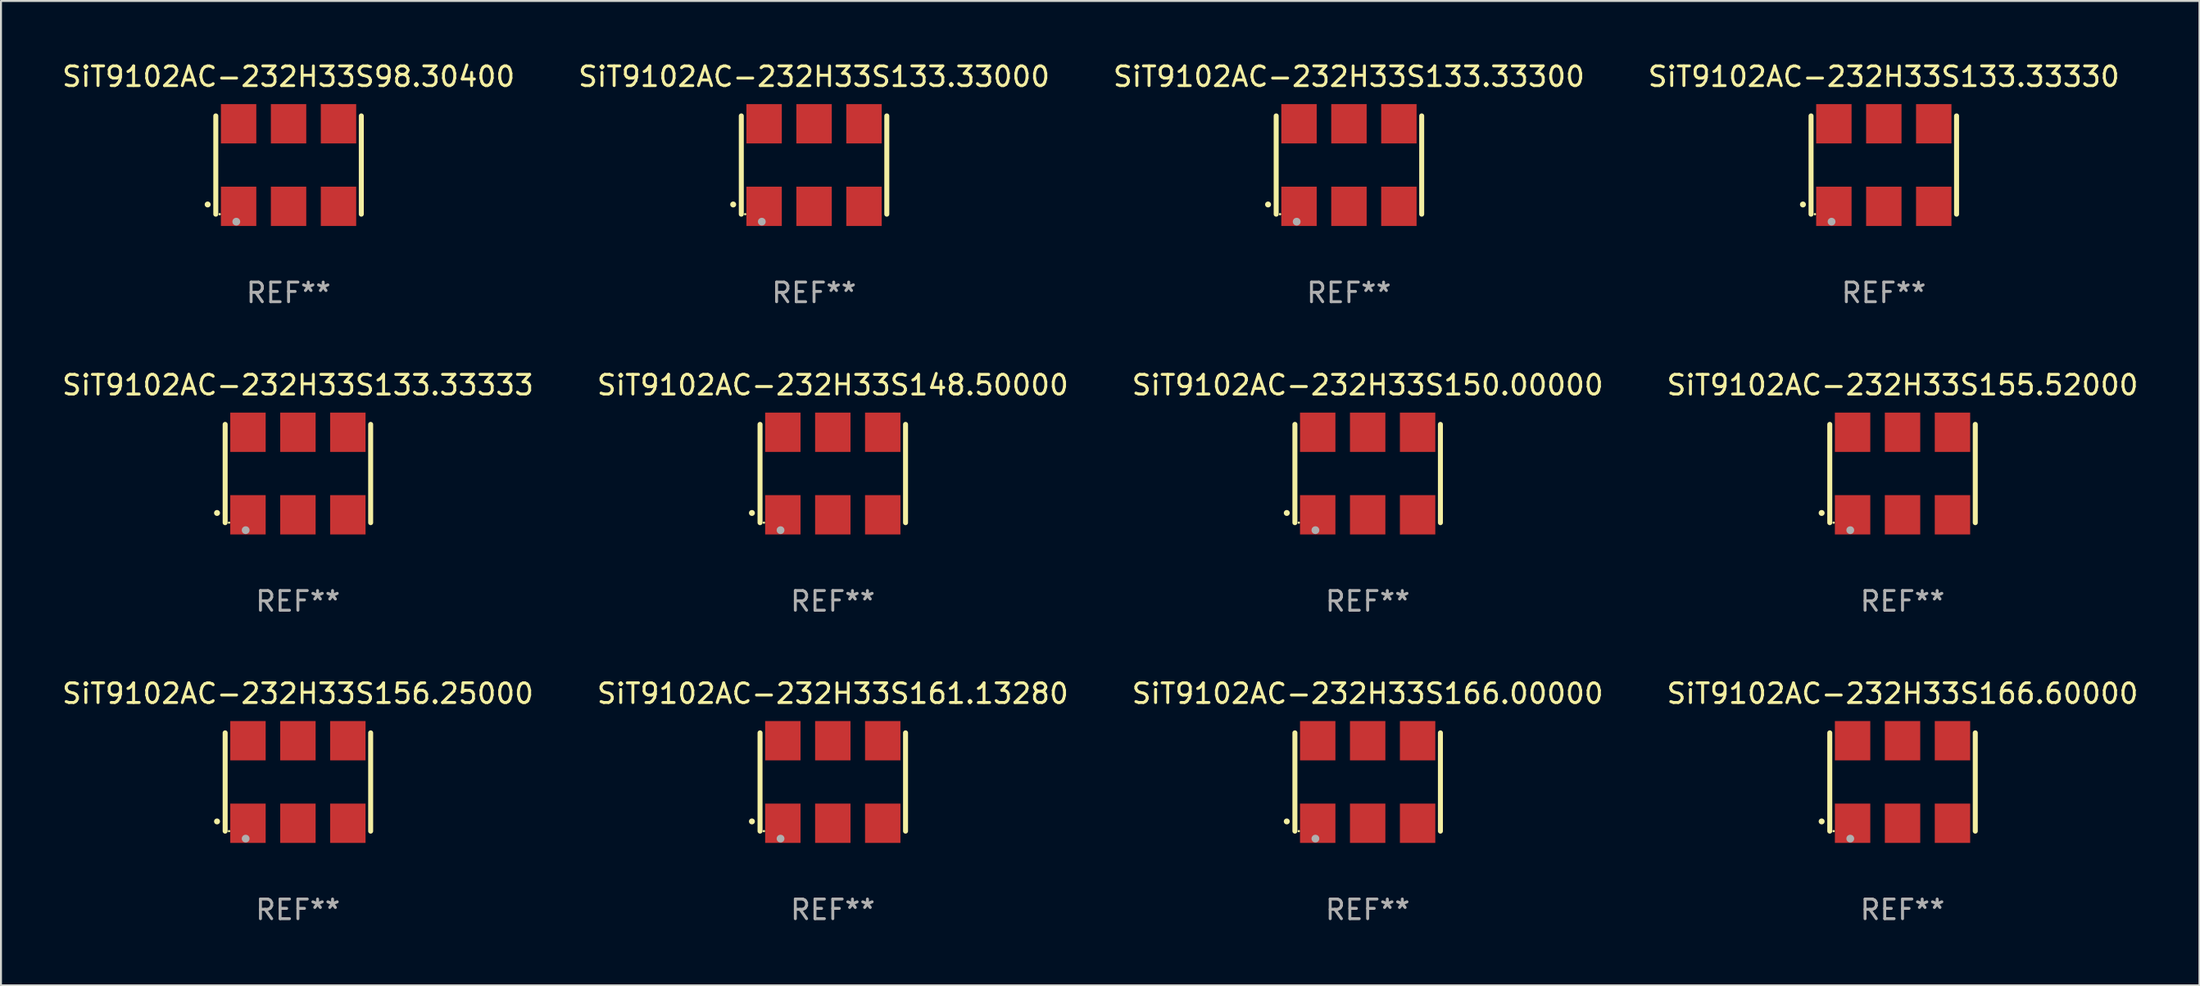
<source format=kicad_pcb>
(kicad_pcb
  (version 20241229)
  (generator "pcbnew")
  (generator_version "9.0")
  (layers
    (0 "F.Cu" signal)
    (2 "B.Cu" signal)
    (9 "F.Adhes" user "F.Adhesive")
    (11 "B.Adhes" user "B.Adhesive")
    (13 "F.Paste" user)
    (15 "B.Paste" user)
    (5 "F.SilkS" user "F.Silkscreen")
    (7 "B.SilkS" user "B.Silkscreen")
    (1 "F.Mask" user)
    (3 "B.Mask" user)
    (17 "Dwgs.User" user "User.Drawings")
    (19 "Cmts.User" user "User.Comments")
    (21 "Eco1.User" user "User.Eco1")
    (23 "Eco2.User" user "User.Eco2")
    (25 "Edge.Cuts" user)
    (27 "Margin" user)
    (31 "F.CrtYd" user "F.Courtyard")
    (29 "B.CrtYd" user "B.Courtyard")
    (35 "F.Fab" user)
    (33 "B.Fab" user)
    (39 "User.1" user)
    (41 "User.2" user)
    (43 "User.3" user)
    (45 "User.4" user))
  (footprint "SiT9102AC-232H33S133.33333"
    (layer "F.Cu")
    (at 12.101 21.045)
    (property "Reference" "SiT9102AC-232H33S133.33333" (at 0 -4.5 0) (layer "F.SilkS") (effects (font (size 1 1) (thickness 0.15))))
    (attr through_hole)
    (fp_line (start -3.7 -2.5) (end -3.7 2.5) (stroke (width 0.254) (type solid)) (layer "F.SilkS"))
    (fp_line (start 3.7 -2.5) (end 3.7 2.5) (stroke (width 0.254) (type solid)) (layer "F.SilkS"))
    (fp_arc (start -4.114415 2.006604) (mid -4.113145 2.006599) (end -4.111875 2.006604) (stroke (width 0.3) (type solid)) (layer "F.SilkS"))
    (fp_circle (center -3.502 2.5) (end -3.472 2.5) (stroke (width 0.06) (type solid)) (fill no) (layer "F.SilkS"))
    (fp_circle (center -2.657 2.882) (end -2.557 2.882) (stroke (width 0.2) (type solid)) (fill no) (layer "F.Fab"))
    (fp_text user "REF**" (at 0 6.5 0) (layer "F.Fab") (effects (font (size 1 1) (thickness 0.15))))
    (pad "1" smd rect (at -2.54 2.1) (size 1.8 2) (layers "F.Cu" "F.Mask" "F.Paste"))
    (pad "2" smd rect (at 0.000394 2.1) (size 1.8 2) (layers "F.Cu" "F.Mask" "F.Paste"))
    (pad "3" smd rect (at 2.54 2.1) (size 1.8 2) (layers "F.Cu" "F.Mask" "F.Paste"))
    (pad "4" smd rect (at 2.54 -2.1) (size 1.8 2) (layers "F.Cu" "F.Mask" "F.Paste"))
    (pad "5" smd rect (at 0.000394 -2.1) (size 1.8 2) (layers "F.Cu" "F.Mask" "F.Paste"))
    (pad "6" smd rect (at -2.54 -2.1) (size 1.8 2) (layers "F.Cu" "F.Mask" "F.Paste")))
  (footprint "SiT9102AC-232H33S161.13280"
    (layer "F.Cu")
    (at 39.304 36.741)
    (property "Reference" "SiT9102AC-232H33S161.13280" (at 0 -4.5 0) (layer "F.SilkS") (effects (font (size 1 1) (thickness 0.15))))
    (attr through_hole)
    (fp_line (start -3.7 -2.5) (end -3.7 2.5) (stroke (width 0.254) (type solid)) (layer "F.SilkS"))
    (fp_line (start 3.7 -2.5) (end 3.7 2.5) (stroke (width 0.254) (type solid)) (layer "F.SilkS"))
    (fp_arc (start -4.114415 2.006604) (mid -4.113145 2.006599) (end -4.111875 2.006604) (stroke (width 0.3) (type solid)) (layer "F.SilkS"))
    (fp_circle (center -3.502 2.5) (end -3.472 2.5) (stroke (width 0.06) (type solid)) (fill no) (layer "F.SilkS"))
    (fp_circle (center -2.657 2.882) (end -2.557 2.882) (stroke (width 0.2) (type solid)) (fill no) (layer "F.Fab"))
    (fp_text user "REF**" (at 0 6.5 0) (layer "F.Fab") (effects (font (size 1 1) (thickness 0.15))))
    (pad "1" smd rect (at -2.54 2.1) (size 1.8 2) (layers "F.Cu" "F.Mask" "F.Paste"))
    (pad "2" smd rect (at 0.000394 2.1) (size 1.8 2) (layers "F.Cu" "F.Mask" "F.Paste"))
    (pad "3" smd rect (at 2.54 2.1) (size 1.8 2) (layers "F.Cu" "F.Mask" "F.Paste"))
    (pad "4" smd rect (at 2.54 -2.1) (size 1.8 2) (layers "F.Cu" "F.Mask" "F.Paste"))
    (pad "5" smd rect (at 0.000394 -2.1) (size 1.8 2) (layers "F.Cu" "F.Mask" "F.Paste"))
    (pad "6" smd rect (at -2.54 -2.1) (size 1.8 2) (layers "F.Cu" "F.Mask" "F.Paste")))
  (footprint "SiT9102AC-232H33S133.33000"
    (layer "F.Cu")
    (at 38.351 5.348)
    (property "Reference" "SiT9102AC-232H33S133.33000" (at 0 -4.5 0) (layer "F.SilkS") (effects (font (size 1 1) (thickness 0.15))))
    (attr through_hole)
    (fp_line (start -3.7 -2.5) (end -3.7 2.5) (stroke (width 0.254) (type solid)) (layer "F.SilkS"))
    (fp_line (start 3.7 -2.5) (end 3.7 2.5) (stroke (width 0.254) (type solid)) (layer "F.SilkS"))
    (fp_arc (start -4.114415 2.006604) (mid -4.113145 2.006599) (end -4.111875 2.006604) (stroke (width 0.3) (type solid)) (layer "F.SilkS"))
    (fp_circle (center -3.502 2.5) (end -3.472 2.5) (stroke (width 0.06) (type solid)) (fill no) (layer "F.SilkS"))
    (fp_circle (center -2.657 2.882) (end -2.557 2.882) (stroke (width 0.2) (type solid)) (fill no) (layer "F.Fab"))
    (fp_text user "REF**" (at 0 6.5 0) (layer "F.Fab") (effects (font (size 1 1) (thickness 0.15))))
    (pad "1" smd rect (at -2.54 2.1) (size 1.8 2) (layers "F.Cu" "F.Mask" "F.Paste"))
    (pad "2" smd rect (at 0.000394 2.1) (size 1.8 2) (layers "F.Cu" "F.Mask" "F.Paste"))
    (pad "3" smd rect (at 2.54 2.1) (size 1.8 2) (layers "F.Cu" "F.Mask" "F.Paste"))
    (pad "4" smd rect (at 2.54 -2.1) (size 1.8 2) (layers "F.Cu" "F.Mask" "F.Paste"))
    (pad "5" smd rect (at 0.000394 -2.1) (size 1.8 2) (layers "F.Cu" "F.Mask" "F.Paste"))
    (pad "6" smd rect (at -2.54 -2.1) (size 1.8 2) (layers "F.Cu" "F.Mask" "F.Paste")))
  (footprint "SiT9102AC-232H33S98.30400"
    (layer "F.Cu")
    (at 11.625 5.348)
    (property "Reference" "SiT9102AC-232H33S98.30400" (at 0 -4.5 0) (layer "F.SilkS") (effects (font (size 1 1) (thickness 0.15))))
    (attr through_hole)
    (fp_line (start -3.7 -2.5) (end -3.7 2.5) (stroke (width 0.254) (type solid)) (layer "F.SilkS"))
    (fp_line (start 3.7 -2.5) (end 3.7 2.5) (stroke (width 0.254) (type solid)) (layer "F.SilkS"))
    (fp_arc (start -4.114415 2.006604) (mid -4.113145 2.006599) (end -4.111875 2.006604) (stroke (width 0.3) (type solid)) (layer "F.SilkS"))
    (fp_circle (center -3.502 2.5) (end -3.472 2.5) (stroke (width 0.06) (type solid)) (fill no) (layer "F.SilkS"))
    (fp_circle (center -2.657 2.882) (end -2.557 2.882) (stroke (width 0.2) (type solid)) (fill no) (layer "F.Fab"))
    (fp_text user "REF**" (at 0 6.5 0) (layer "F.Fab") (effects (font (size 1 1) (thickness 0.15))))
    (pad "1" smd rect (at -2.54 2.1) (size 1.8 2) (layers "F.Cu" "F.Mask" "F.Paste"))
    (pad "2" smd rect (at 0.000394 2.1) (size 1.8 2) (layers "F.Cu" "F.Mask" "F.Paste"))
    (pad "3" smd rect (at 2.54 2.1) (size 1.8 2) (layers "F.Cu" "F.Mask" "F.Paste"))
    (pad "4" smd rect (at 2.54 -2.1) (size 1.8 2) (layers "F.Cu" "F.Mask" "F.Paste"))
    (pad "5" smd rect (at 0.000394 -2.1) (size 1.8 2) (layers "F.Cu" "F.Mask" "F.Paste"))
    (pad "6" smd rect (at -2.54 -2.1) (size 1.8 2) (layers "F.Cu" "F.Mask" "F.Paste")))
  (footprint "SiT9102AC-232H33S166.00000"
    (layer "F.Cu")
    (at 66.506 36.741)
    (property "Reference" "SiT9102AC-232H33S166.00000" (at 0 -4.5 0) (layer "F.SilkS") (effects (font (size 1 1) (thickness 0.15))))
    (attr through_hole)
    (fp_line (start -3.7 -2.5) (end -3.7 2.5) (stroke (width 0.254) (type solid)) (layer "F.SilkS"))
    (fp_line (start 3.7 -2.5) (end 3.7 2.5) (stroke (width 0.254) (type solid)) (layer "F.SilkS"))
    (fp_arc (start -4.114415 2.006604) (mid -4.113145 2.006599) (end -4.111875 2.006604) (stroke (width 0.3) (type solid)) (layer "F.SilkS"))
    (fp_circle (center -3.502 2.5) (end -3.472 2.5) (stroke (width 0.06) (type solid)) (fill no) (layer "F.SilkS"))
    (fp_circle (center -2.657 2.882) (end -2.557 2.882) (stroke (width 0.2) (type solid)) (fill no) (layer "F.Fab"))
    (fp_text user "REF**" (at 0 6.5 0) (layer "F.Fab") (effects (font (size 1 1) (thickness 0.15))))
    (pad "1" smd rect (at -2.54 2.1) (size 1.8 2) (layers "F.Cu" "F.Mask" "F.Paste"))
    (pad "2" smd rect (at 0.000394 2.1) (size 1.8 2) (layers "F.Cu" "F.Mask" "F.Paste"))
    (pad "3" smd rect (at 2.54 2.1) (size 1.8 2) (layers "F.Cu" "F.Mask" "F.Paste"))
    (pad "4" smd rect (at 2.54 -2.1) (size 1.8 2) (layers "F.Cu" "F.Mask" "F.Paste"))
    (pad "5" smd rect (at 0.000394 -2.1) (size 1.8 2) (layers "F.Cu" "F.Mask" "F.Paste"))
    (pad "6" smd rect (at -2.54 -2.1) (size 1.8 2) (layers "F.Cu" "F.Mask" "F.Paste")))
  (footprint "SiT9102AC-232H33S166.60000"
    (layer "F.Cu")
    (at 93.708 36.741)
    (property "Reference" "SiT9102AC-232H33S166.60000" (at 0 -4.5 0) (layer "F.SilkS") (effects (font (size 1 1) (thickness 0.15))))
    (attr through_hole)
    (fp_line (start -3.7 -2.5) (end -3.7 2.5) (stroke (width 0.254) (type solid)) (layer "F.SilkS"))
    (fp_line (start 3.7 -2.5) (end 3.7 2.5) (stroke (width 0.254) (type solid)) (layer "F.SilkS"))
    (fp_arc (start -4.114415 2.006604) (mid -4.113145 2.006599) (end -4.111875 2.006604) (stroke (width 0.3) (type solid)) (layer "F.SilkS"))
    (fp_circle (center -3.502 2.5) (end -3.472 2.5) (stroke (width 0.06) (type solid)) (fill no) (layer "F.SilkS"))
    (fp_circle (center -2.657 2.882) (end -2.557 2.882) (stroke (width 0.2) (type solid)) (fill no) (layer "F.Fab"))
    (fp_text user "REF**" (at 0 6.5 0) (layer "F.Fab") (effects (font (size 1 1) (thickness 0.15))))
    (pad "1" smd rect (at -2.54 2.1) (size 1.8 2) (layers "F.Cu" "F.Mask" "F.Paste"))
    (pad "2" smd rect (at 0.000394 2.1) (size 1.8 2) (layers "F.Cu" "F.Mask" "F.Paste"))
    (pad "3" smd rect (at 2.54 2.1) (size 1.8 2) (layers "F.Cu" "F.Mask" "F.Paste"))
    (pad "4" smd rect (at 2.54 -2.1) (size 1.8 2) (layers "F.Cu" "F.Mask" "F.Paste"))
    (pad "5" smd rect (at 0.000394 -2.1) (size 1.8 2) (layers "F.Cu" "F.Mask" "F.Paste"))
    (pad "6" smd rect (at -2.54 -2.1) (size 1.8 2) (layers "F.Cu" "F.Mask" "F.Paste")))
  (footprint "SiT9102AC-232H33S156.25000"
    (layer "F.Cu")
    (at 12.101 36.741)
    (property "Reference" "SiT9102AC-232H33S156.25000" (at 0 -4.5 0) (layer "F.SilkS") (effects (font (size 1 1) (thickness 0.15))))
    (attr through_hole)
    (fp_line (start -3.7 -2.5) (end -3.7 2.5) (stroke (width 0.254) (type solid)) (layer "F.SilkS"))
    (fp_line (start 3.7 -2.5) (end 3.7 2.5) (stroke (width 0.254) (type solid)) (layer "F.SilkS"))
    (fp_arc (start -4.114415 2.006604) (mid -4.113145 2.006599) (end -4.111875 2.006604) (stroke (width 0.3) (type solid)) (layer "F.SilkS"))
    (fp_circle (center -3.502 2.5) (end -3.472 2.5) (stroke (width 0.06) (type solid)) (fill no) (layer "F.SilkS"))
    (fp_circle (center -2.657 2.882) (end -2.557 2.882) (stroke (width 0.2) (type solid)) (fill no) (layer "F.Fab"))
    (fp_text user "REF**" (at 0 6.5 0) (layer "F.Fab") (effects (font (size 1 1) (thickness 0.15))))
    (pad "1" smd rect (at -2.54 2.1) (size 1.8 2) (layers "F.Cu" "F.Mask" "F.Paste"))
    (pad "2" smd rect (at 0.000394 2.1) (size 1.8 2) (layers "F.Cu" "F.Mask" "F.Paste"))
    (pad "3" smd rect (at 2.54 2.1) (size 1.8 2) (layers "F.Cu" "F.Mask" "F.Paste"))
    (pad "4" smd rect (at 2.54 -2.1) (size 1.8 2) (layers "F.Cu" "F.Mask" "F.Paste"))
    (pad "5" smd rect (at 0.000394 -2.1) (size 1.8 2) (layers "F.Cu" "F.Mask" "F.Paste"))
    (pad "6" smd rect (at -2.54 -2.1) (size 1.8 2) (layers "F.Cu" "F.Mask" "F.Paste")))
  (footprint "SiT9102AC-232H33S155.52000"
    (layer "F.Cu")
    (at 93.708 21.045)
    (property "Reference" "SiT9102AC-232H33S155.52000" (at 0 -4.5 0) (layer "F.SilkS") (effects (font (size 1 1) (thickness 0.15))))
    (attr through_hole)
    (fp_line (start -3.7 -2.5) (end -3.7 2.5) (stroke (width 0.254) (type solid)) (layer "F.SilkS"))
    (fp_line (start 3.7 -2.5) (end 3.7 2.5) (stroke (width 0.254) (type solid)) (layer "F.SilkS"))
    (fp_arc (start -4.114415 2.006604) (mid -4.113145 2.006599) (end -4.111875 2.006604) (stroke (width 0.3) (type solid)) (layer "F.SilkS"))
    (fp_circle (center -3.502 2.5) (end -3.472 2.5) (stroke (width 0.06) (type solid)) (fill no) (layer "F.SilkS"))
    (fp_circle (center -2.657 2.882) (end -2.557 2.882) (stroke (width 0.2) (type solid)) (fill no) (layer "F.Fab"))
    (fp_text user "REF**" (at 0 6.5 0) (layer "F.Fab") (effects (font (size 1 1) (thickness 0.15))))
    (pad "1" smd rect (at -2.54 2.1) (size 1.8 2) (layers "F.Cu" "F.Mask" "F.Paste"))
    (pad "2" smd rect (at 0.000394 2.1) (size 1.8 2) (layers "F.Cu" "F.Mask" "F.Paste"))
    (pad "3" smd rect (at 2.54 2.1) (size 1.8 2) (layers "F.Cu" "F.Mask" "F.Paste"))
    (pad "4" smd rect (at 2.54 -2.1) (size 1.8 2) (layers "F.Cu" "F.Mask" "F.Paste"))
    (pad "5" smd rect (at 0.000394 -2.1) (size 1.8 2) (layers "F.Cu" "F.Mask" "F.Paste"))
    (pad "6" smd rect (at -2.54 -2.1) (size 1.8 2) (layers "F.Cu" "F.Mask" "F.Paste")))
  (footprint "SiT9102AC-232H33S133.33330"
    (layer "F.Cu")
    (at 92.756 5.348)
    (property "Reference" "SiT9102AC-232H33S133.33330" (at 0 -4.5 0) (layer "F.SilkS") (effects (font (size 1 1) (thickness 0.15))))
    (attr through_hole)
    (fp_line (start -3.7 -2.5) (end -3.7 2.5) (stroke (width 0.254) (type solid)) (layer "F.SilkS"))
    (fp_line (start 3.7 -2.5) (end 3.7 2.5) (stroke (width 0.254) (type solid)) (layer "F.SilkS"))
    (fp_arc (start -4.114415 2.006604) (mid -4.113145 2.006599) (end -4.111875 2.006604) (stroke (width 0.3) (type solid)) (layer "F.SilkS"))
    (fp_circle (center -3.502 2.5) (end -3.472 2.5) (stroke (width 0.06) (type solid)) (fill no) (layer "F.SilkS"))
    (fp_circle (center -2.657 2.882) (end -2.557 2.882) (stroke (width 0.2) (type solid)) (fill no) (layer "F.Fab"))
    (fp_text user "REF**" (at 0 6.5 0) (layer "F.Fab") (effects (font (size 1 1) (thickness 0.15))))
    (pad "1" smd rect (at -2.54 2.1) (size 1.8 2) (layers "F.Cu" "F.Mask" "F.Paste"))
    (pad "2" smd rect (at 0.000394 2.1) (size 1.8 2) (layers "F.Cu" "F.Mask" "F.Paste"))
    (pad "3" smd rect (at 2.54 2.1) (size 1.8 2) (layers "F.Cu" "F.Mask" "F.Paste"))
    (pad "4" smd rect (at 2.54 -2.1) (size 1.8 2) (layers "F.Cu" "F.Mask" "F.Paste"))
    (pad "5" smd rect (at 0.000394 -2.1) (size 1.8 2) (layers "F.Cu" "F.Mask" "F.Paste"))
    (pad "6" smd rect (at -2.54 -2.1) (size 1.8 2) (layers "F.Cu" "F.Mask" "F.Paste")))
  (footprint "SiT9102AC-232H33S133.33300"
    (layer "F.Cu")
    (at 65.554 5.348)
    (property "Reference" "SiT9102AC-232H33S133.33300" (at 0 -4.5 0) (layer "F.SilkS") (effects (font (size 1 1) (thickness 0.15))))
    (attr through_hole)
    (fp_line (start -3.7 -2.5) (end -3.7 2.5) (stroke (width 0.254) (type solid)) (layer "F.SilkS"))
    (fp_line (start 3.7 -2.5) (end 3.7 2.5) (stroke (width 0.254) (type solid)) (layer "F.SilkS"))
    (fp_arc (start -4.114415 2.006604) (mid -4.113145 2.006599) (end -4.111875 2.006604) (stroke (width 0.3) (type solid)) (layer "F.SilkS"))
    (fp_circle (center -3.502 2.5) (end -3.472 2.5) (stroke (width 0.06) (type solid)) (fill no) (layer "F.SilkS"))
    (fp_circle (center -2.657 2.882) (end -2.557 2.882) (stroke (width 0.2) (type solid)) (fill no) (layer "F.Fab"))
    (fp_text user "REF**" (at 0 6.5 0) (layer "F.Fab") (effects (font (size 1 1) (thickness 0.15))))
    (pad "1" smd rect (at -2.54 2.1) (size 1.8 2) (layers "F.Cu" "F.Mask" "F.Paste"))
    (pad "2" smd rect (at 0.000394 2.1) (size 1.8 2) (layers "F.Cu" "F.Mask" "F.Paste"))
    (pad "3" smd rect (at 2.54 2.1) (size 1.8 2) (layers "F.Cu" "F.Mask" "F.Paste"))
    (pad "4" smd rect (at 2.54 -2.1) (size 1.8 2) (layers "F.Cu" "F.Mask" "F.Paste"))
    (pad "5" smd rect (at 0.000394 -2.1) (size 1.8 2) (layers "F.Cu" "F.Mask" "F.Paste"))
    (pad "6" smd rect (at -2.54 -2.1) (size 1.8 2) (layers "F.Cu" "F.Mask" "F.Paste")))
  (footprint "SiT9102AC-232H33S150.00000"
    (layer "F.Cu")
    (at 66.506 21.045)
    (property "Reference" "SiT9102AC-232H33S150.00000" (at 0 -4.5 0) (layer "F.SilkS") (effects (font (size 1 1) (thickness 0.15))))
    (attr through_hole)
    (fp_line (start -3.7 -2.5) (end -3.7 2.5) (stroke (width 0.254) (type solid)) (layer "F.SilkS"))
    (fp_line (start 3.7 -2.5) (end 3.7 2.5) (stroke (width 0.254) (type solid)) (layer "F.SilkS"))
    (fp_arc (start -4.114415 2.006604) (mid -4.113145 2.006599) (end -4.111875 2.006604) (stroke (width 0.3) (type solid)) (layer "F.SilkS"))
    (fp_circle (center -3.502 2.5) (end -3.472 2.5) (stroke (width 0.06) (type solid)) (fill no) (layer "F.SilkS"))
    (fp_circle (center -2.657 2.882) (end -2.557 2.882) (stroke (width 0.2) (type solid)) (fill no) (layer "F.Fab"))
    (fp_text user "REF**" (at 0 6.5 0) (layer "F.Fab") (effects (font (size 1 1) (thickness 0.15))))
    (pad "1" smd rect (at -2.54 2.1) (size 1.8 2) (layers "F.Cu" "F.Mask" "F.Paste"))
    (pad "2" smd rect (at 0.000394 2.1) (size 1.8 2) (layers "F.Cu" "F.Mask" "F.Paste"))
    (pad "3" smd rect (at 2.54 2.1) (size 1.8 2) (layers "F.Cu" "F.Mask" "F.Paste"))
    (pad "4" smd rect (at 2.54 -2.1) (size 1.8 2) (layers "F.Cu" "F.Mask" "F.Paste"))
    (pad "5" smd rect (at 0.000394 -2.1) (size 1.8 2) (layers "F.Cu" "F.Mask" "F.Paste"))
    (pad "6" smd rect (at -2.54 -2.1) (size 1.8 2) (layers "F.Cu" "F.Mask" "F.Paste")))
  (footprint "SiT9102AC-232H33S148.50000"
    (layer "F.Cu")
    (at 39.304 21.045)
    (property "Reference" "SiT9102AC-232H33S148.50000" (at 0 -4.5 0) (layer "F.SilkS") (effects (font (size 1 1) (thickness 0.15))))
    (attr through_hole)
    (fp_line (start -3.7 -2.5) (end -3.7 2.5) (stroke (width 0.254) (type solid)) (layer "F.SilkS"))
    (fp_line (start 3.7 -2.5) (end 3.7 2.5) (stroke (width 0.254) (type solid)) (layer "F.SilkS"))
    (fp_arc (start -4.114415 2.006604) (mid -4.113145 2.006599) (end -4.111875 2.006604) (stroke (width 0.3) (type solid)) (layer "F.SilkS"))
    (fp_circle (center -3.502 2.5) (end -3.472 2.5) (stroke (width 0.06) (type solid)) (fill no) (layer "F.SilkS"))
    (fp_circle (center -2.657 2.882) (end -2.557 2.882) (stroke (width 0.2) (type solid)) (fill no) (layer "F.Fab"))
    (fp_text user "REF**" (at 0 6.5 0) (layer "F.Fab") (effects (font (size 1 1) (thickness 0.15))))
    (pad "1" smd rect (at -2.54 2.1) (size 1.8 2) (layers "F.Cu" "F.Mask" "F.Paste"))
    (pad "2" smd rect (at 0.000394 2.1) (size 1.8 2) (layers "F.Cu" "F.Mask" "F.Paste"))
    (pad "3" smd rect (at 2.54 2.1) (size 1.8 2) (layers "F.Cu" "F.Mask" "F.Paste"))
    (pad "4" smd rect (at 2.54 -2.1) (size 1.8 2) (layers "F.Cu" "F.Mask" "F.Paste"))
    (pad "5" smd rect (at 0.000394 -2.1) (size 1.8 2) (layers "F.Cu" "F.Mask" "F.Paste"))
    (pad "6" smd rect (at -2.54 -2.1) (size 1.8 2) (layers "F.Cu" "F.Mask" "F.Paste")))
  (gr_rect
    (start -3 -3)
    (end 108.81 47.09)
    (stroke (width 0.1) (type default))
    (fill no)
    (layer "Edge.Cuts")))
</source>
